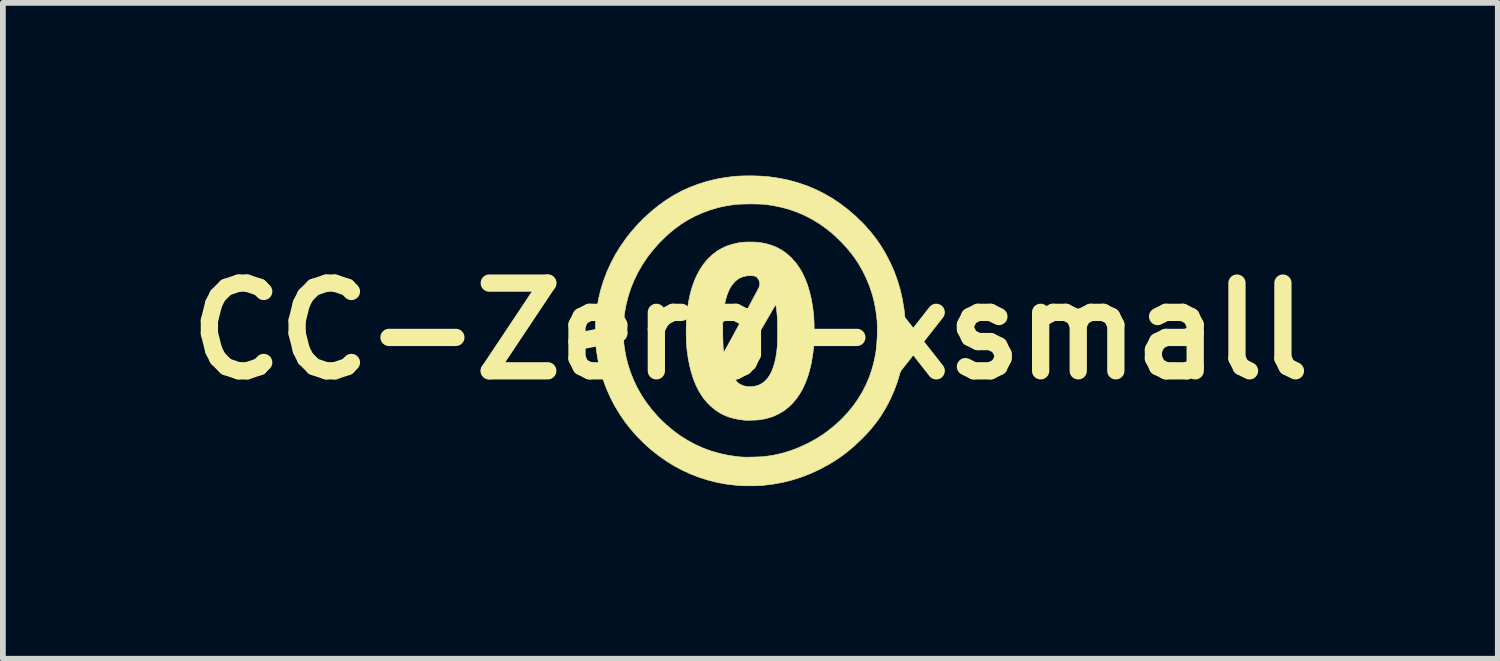
<source format=kicad_pcb>
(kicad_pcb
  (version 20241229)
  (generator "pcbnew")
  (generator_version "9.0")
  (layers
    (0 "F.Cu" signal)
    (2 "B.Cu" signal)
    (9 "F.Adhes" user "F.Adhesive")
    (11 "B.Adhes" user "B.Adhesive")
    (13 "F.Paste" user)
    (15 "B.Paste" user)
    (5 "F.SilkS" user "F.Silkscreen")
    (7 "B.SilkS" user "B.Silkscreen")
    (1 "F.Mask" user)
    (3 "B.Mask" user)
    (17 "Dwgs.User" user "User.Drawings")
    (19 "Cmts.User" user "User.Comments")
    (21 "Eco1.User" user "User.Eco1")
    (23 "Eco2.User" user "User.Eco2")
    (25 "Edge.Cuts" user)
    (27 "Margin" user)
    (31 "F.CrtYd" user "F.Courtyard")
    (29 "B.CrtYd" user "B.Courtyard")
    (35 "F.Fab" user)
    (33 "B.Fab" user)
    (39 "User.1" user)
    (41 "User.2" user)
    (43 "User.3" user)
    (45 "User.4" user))
  (footprint "CC-Zero-xsmall"
    (layer "F.Cu")
    (at 9.986 2.703)
    (property "Reference" "CC-Zero-xsmall" (at 0 0 0) (layer "F.SilkS") (effects (font (size 1.524 1.524) (thickness 0.3))))
    (attr through_hole)
    (fp_poly (pts (xy 0.027 -2.698) (xy 0.115 -2.696) (xy 0.201 -2.692) (xy 0.283 -2.686) (xy 0.341 -2.68) (xy 0.509 -2.655) (xy 0.673 -2.621) (xy 0.831 -2.577) (xy 0.986 -2.524) (xy 1.136 -2.461) (xy 1.281 -2.389) (xy 1.423 -2.307) (xy 1.56 -2.215) (xy 1.693 -2.114) (xy 1.822 -2.003) (xy 1.948 -1.881) (xy 1.979 -1.849) (xy 2.086 -1.729) (xy 2.186 -1.602) (xy 2.277 -1.469) (xy 2.359 -1.33) (xy 2.433 -1.186) (xy 2.499 -1.037) (xy 2.555 -0.883) (xy 2.602 -0.726) (xy 2.639 -0.565) (xy 2.667 -0.401) (xy 2.672 -0.368) (xy 2.683 -0.259) (xy 2.69 -0.145) (xy 2.693 -0.027) (xy 2.692 0.091) (xy 2.686 0.206) (xy 2.677 0.317) (xy 2.667 0.397) (xy 2.638 0.563) (xy 2.601 0.725) (xy 2.554 0.881) (xy 2.498 1.033) (xy 2.433 1.18) (xy 2.36 1.321) (xy 2.279 1.455) (xy 2.256 1.49) (xy 2.202 1.566) (xy 2.146 1.639) (xy 2.088 1.709) (xy 2.025 1.78) (xy 1.955 1.852) (xy 1.912 1.894) (xy 1.804 1.996) (xy 1.696 2.088) (xy 1.586 2.172) (xy 1.472 2.249) (xy 1.353 2.321) (xy 1.226 2.389) (xy 1.201 2.402) (xy 1.045 2.474) (xy 0.888 2.535) (xy 0.729 2.586) (xy 0.567 2.627) (xy 0.402 2.657) (xy 0.234 2.678) (xy 0.177 2.683) (xy 0.152 2.684) (xy 0.119 2.685) (xy 0.081 2.686) (xy 0.04 2.687) (xy -0.003 2.687) (xy -0.045 2.687) (xy -0.085 2.687) (xy -0.119 2.686) (xy -0.147 2.686) (xy -0.161 2.685) (xy -0.175 2.684) (xy -0.196 2.682) (xy -0.222 2.68) (xy -0.25 2.677) (xy -0.251 2.677) (xy -0.41 2.659) (xy -0.567 2.631) (xy -0.723 2.592) (xy -0.878 2.544) (xy -1.029 2.486) (xy -1.177 2.418) (xy -1.321 2.342) (xy -1.452 2.261) (xy -1.591 2.164) (xy -1.724 2.06) (xy -1.848 1.948) (xy -1.966 1.83) (xy -2.075 1.706) (xy -2.177 1.576) (xy -2.27 1.44) (xy -2.355 1.3) (xy -2.43 1.155) (xy -2.497 1.006) (xy -2.554 0.853) (xy -2.602 0.696) (xy -2.64 0.537) (xy -2.656 0.45) (xy -2.665 0.392) (xy -2.673 0.34) (xy -2.679 0.291) (xy -2.683 0.243) (xy -2.687 0.194) (xy -2.689 0.142) (xy -2.69 0.084) (xy -2.691 0.018) (xy -2.691 0) (xy -2.691 -0.038) (xy -2.206 -0.038) (xy -2.206 0.025) (xy -2.204 0.088) (xy -2.202 0.149) (xy -2.198 0.205) (xy -2.193 0.254) (xy -2.191 0.268) (xy -2.166 0.419) (xy -2.13 0.566) (xy -2.084 0.71) (xy -2.029 0.849) (xy -1.964 0.985) (xy -1.89 1.116) (xy -1.806 1.242) (xy -1.712 1.364) (xy -1.609 1.482) (xy -1.574 1.518) (xy -1.461 1.627) (xy -1.343 1.726) (xy -1.22 1.817) (xy -1.092 1.897) (xy -0.96 1.968) (xy -0.824 2.03) (xy -0.683 2.082) (xy -0.538 2.124) (xy -0.389 2.157) (xy -0.236 2.179) (xy -0.151 2.187) (xy -0.129 2.188) (xy -0.099 2.189) (xy -0.062 2.189) (xy -0.02 2.189) (xy 0.025 2.188) (xy 0.071 2.187) (xy 0.116 2.186) (xy 0.159 2.184) (xy 0.197 2.182) (xy 0.229 2.181) (xy 0.252 2.179) (xy 0.257 2.178) (xy 0.399 2.156) (xy 0.535 2.126) (xy 0.667 2.088) (xy 0.797 2.041) (xy 0.927 1.985) (xy 0.957 1.971) (xy 1.072 1.912) (xy 1.18 1.849) (xy 1.282 1.782) (xy 1.352 1.73) (xy 1.474 1.632) (xy 1.586 1.528) (xy 1.689 1.419) (xy 1.784 1.304) (xy 1.868 1.185) (xy 1.944 1.061) (xy 2.01 0.932) (xy 2.067 0.798) (xy 2.114 0.66) (xy 2.152 0.517) (xy 2.177 0.389) (xy 2.187 0.323) (xy 2.194 0.249) (xy 2.2 0.171) (xy 2.205 0.09) (xy 2.207 0.009) (xy 2.207 -0.068) (xy 2.204 -0.14) (xy 2.202 -0.183) (xy 2.184 -0.337) (xy 2.157 -0.488) (xy 2.12 -0.634) (xy 2.073 -0.777) (xy 2.016 -0.916) (xy 1.95 -1.051) (xy 1.874 -1.181) (xy 1.813 -1.273) (xy 1.744 -1.365) (xy 1.667 -1.457) (xy 1.583 -1.547) (xy 1.495 -1.633) (xy 1.404 -1.714) (xy 1.313 -1.786) (xy 1.308 -1.79) (xy 1.187 -1.875) (xy 1.063 -1.949) (xy 0.937 -2.014) (xy 0.807 -2.069) (xy 0.673 -2.116) (xy 0.534 -2.153) (xy 0.39 -2.183) (xy 0.275 -2.2) (xy 0.241 -2.203) (xy 0.199 -2.206) (xy 0.15 -2.208) (xy 0.096 -2.209) (xy 0.039 -2.21) (xy -0.019 -2.21) (xy -0.075 -2.209) (xy -0.13 -2.208) (xy -0.179 -2.206) (xy -0.223 -2.204) (xy -0.258 -2.201) (xy -0.265 -2.2) (xy -0.336 -2.19) (xy -0.405 -2.179) (xy -0.468 -2.167) (xy -0.523 -2.155) (xy -0.566 -2.145) (xy -0.706 -2.103) (xy -0.837 -2.054) (xy -0.963 -1.998) (xy -1.083 -1.934) (xy -1.198 -1.862) (xy -1.311 -1.78) (xy -1.421 -1.689) (xy -1.478 -1.636) (xy -1.591 -1.524) (xy -1.694 -1.407) (xy -1.789 -1.285) (xy -1.874 -1.158) (xy -1.95 -1.026) (xy -2.017 -0.891) (xy -2.074 -0.752) (xy -2.121 -0.609) (xy -2.158 -0.463) (xy -2.186 -0.314) (xy -2.199 -0.201) (xy -2.203 -0.153) (xy -2.205 -0.098) (xy -2.206 -0.038) (xy -2.691 -0.038) (xy -2.691 -0.061) (xy -2.69 -0.113) (xy -2.689 -0.158) (xy -2.687 -0.2) (xy -2.684 -0.239) (xy -2.681 -0.278) (xy -2.676 -0.319) (xy -2.67 -0.365) (xy -2.666 -0.392) (xy -2.638 -0.555) (xy -2.6 -0.715) (xy -2.551 -0.872) (xy -2.493 -1.027) (xy -2.425 -1.177) (xy -2.348 -1.324) (xy -2.261 -1.466) (xy -2.165 -1.604) (xy -2.06 -1.737) (xy -1.946 -1.865) (xy -1.852 -1.96) (xy -1.727 -2.074) (xy -1.599 -2.179) (xy -1.468 -2.273) (xy -1.334 -2.358) (xy -1.195 -2.433) (xy -1.052 -2.498) (xy -0.905 -2.554) (xy -0.753 -2.601) (xy -0.595 -2.64) (xy -0.432 -2.669) (xy -0.299 -2.686) (xy -0.227 -2.692) (xy -0.147 -2.696) (xy -0.061 -2.698) (xy 0.027 -2.698)) (stroke (width 0.01) (type solid)) (fill yes) (layer "F.SilkS"))
    (fp_poly (pts (xy 0.071 -1.547) (xy 0.121 -1.544) (xy 0.165 -1.539) (xy 0.177 -1.538) (xy 0.278 -1.518) (xy 0.373 -1.49) (xy 0.461 -1.454) (xy 0.543 -1.409) (xy 0.62 -1.356) (xy 0.693 -1.293) (xy 0.721 -1.265) (xy 0.787 -1.19) (xy 0.847 -1.107) (xy 0.901 -1.017) (xy 0.948 -0.919) (xy 0.99 -0.813) (xy 1.025 -0.698) (xy 1.055 -0.576) (xy 1.079 -0.445) (xy 1.097 -0.305) (xy 1.102 -0.254) (xy 1.103 -0.227) (xy 1.105 -0.191) (xy 1.107 -0.149) (xy 1.108 -0.102) (xy 1.108 -0.052) (xy 1.108 -0.000419) (xy 1.108 0) (xy 1.108 0.07) (xy 1.107 0.131) (xy 1.105 0.186) (xy 1.102 0.237) (xy 1.098 0.287) (xy 1.093 0.337) (xy 1.087 0.389) (xy 1.084 0.407) (xy 1.062 0.541) (xy 1.033 0.667) (xy 0.999 0.785) (xy 0.958 0.895) (xy 0.911 0.997) (xy 0.858 1.091) (xy 0.799 1.176) (xy 0.734 1.253) (xy 0.663 1.321) (xy 0.587 1.381) (xy 0.505 1.431) (xy 0.417 1.473) (xy 0.404 1.479) (xy 0.356 1.495) (xy 0.302 1.511) (xy 0.245 1.525) (xy 0.189 1.536) (xy 0.18 1.537) (xy 0.157 1.54) (xy 0.127 1.542) (xy 0.092 1.545) (xy 0.053 1.546) (xy 0.014 1.548) (xy -0.024 1.549) (xy -0.058 1.549) (xy -0.085 1.548) (xy -0.103 1.547) (xy -0.206 1.533) (xy -0.302 1.513) (xy -0.39 1.486) (xy -0.472 1.452) (xy -0.548 1.41) (xy -0.619 1.361) (xy -0.687 1.304) (xy -0.725 1.267) (xy -0.755 1.235) (xy -0.78 1.207) (xy -0.802 1.18) (xy -0.824 1.151) (xy -0.845 1.119) (xy -0.899 1.031) (xy -0.947 0.935) (xy -0.989 0.83) (xy -1.001 0.793) (xy -0.264 0.793) (xy -0.262 0.825) (xy -0.257 0.844) (xy -0.242 0.87) (xy -0.217 0.896) (xy -0.184 0.919) (xy -0.145 0.939) (xy -0.117 0.95) (xy -0.096 0.955) (xy -0.069 0.96) (xy -0.041 0.963) (xy -0.015 0.965) (xy 0.004 0.965) (xy 0.005 0.965) (xy 0.018 0.964) (xy 0.036 0.962) (xy 0.051 0.961) (xy 0.097 0.953) (xy 0.144 0.938) (xy 0.189 0.916) (xy 0.209 0.904) (xy 0.256 0.867) (xy 0.299 0.82) (xy 0.337 0.765) (xy 0.371 0.7) (xy 0.399 0.626) (xy 0.424 0.543) (xy 0.444 0.451) (xy 0.447 0.431) (xy 0.454 0.391) (xy 0.459 0.352) (xy 0.463 0.314) (xy 0.467 0.274) (xy 0.47 0.232) (xy 0.471 0.186) (xy 0.473 0.134) (xy 0.473 0.075) (xy 0.474 0.006) (xy 0.474 -0.003) (xy 0.473 -0.074) (xy 0.472 -0.137) (xy 0.471 -0.192) (xy 0.469 -0.242) (xy 0.465 -0.287) (xy 0.461 -0.329) (xy 0.456 -0.37) (xy 0.45 -0.411) (xy 0.448 -0.424) (xy 0.445 -0.444) (xy 0.442 -0.454) (xy 0.439 -0.458) (xy 0.436 -0.455) (xy 0.433 -0.45) (xy 0.428 -0.442) (xy 0.419 -0.426) (xy 0.405 -0.402) (xy 0.386 -0.371) (xy 0.365 -0.333) (xy 0.34 -0.29) (xy 0.312 -0.242) (xy 0.281 -0.189) (xy 0.249 -0.133) (xy 0.214 -0.074) (xy 0.179 -0.012) (xy 0.142 0.051) (xy 0.105 0.115) (xy 0.068 0.179) (xy 0.031 0.243) (xy -0.005 0.305) (xy -0.04 0.366) (xy -0.074 0.425) (xy -0.106 0.48) (xy -0.135 0.531) (xy -0.162 0.578) (xy -0.186 0.62) (xy -0.207 0.656) (xy -0.223 0.685) (xy -0.236 0.707) (xy -0.244 0.721) (xy -0.246 0.725) (xy -0.259 0.758) (xy -0.264 0.793) (xy -1.001 0.793) (xy -1.025 0.716) (xy -1.056 0.594) (xy -1.081 0.464) (xy -1.1 0.327) (xy -1.107 0.254) (xy -1.109 0.221) (xy -1.111 0.18) (xy -1.112 0.132) (xy -1.113 0.079) (xy -1.114 0.024) (xy -1.114 -0.02) (xy -0.479 -0.02) (xy -0.479 0.034) (xy -0.478 0.087) (xy -0.477 0.138) (xy -0.476 0.188) (xy -0.474 0.233) (xy -0.472 0.273) (xy -0.47 0.308) (xy -0.467 0.335) (xy -0.464 0.353) (xy -0.462 0.362) (xy -0.461 0.363) (xy -0.461 0.363) (xy -0.46 0.363) (xy -0.458 0.362) (xy -0.456 0.359) (xy -0.452 0.353) (xy -0.447 0.345) (xy -0.441 0.334) (xy -0.432 0.318) (xy -0.421 0.299) (xy -0.408 0.275) (xy -0.392 0.246) (xy -0.373 0.212) (xy -0.351 0.171) (xy -0.325 0.124) (xy -0.296 0.07) (xy -0.262 0.008) (xy -0.224 -0.062) (xy -0.182 -0.14) (xy -0.147 -0.204) (xy -0.109 -0.274) (xy -0.072 -0.343) (xy -0.036 -0.408) (xy -0.003 -0.47) (xy 0.029 -0.529) (xy 0.057 -0.582) (xy 0.083 -0.63) (xy 0.105 -0.672) (xy 0.124 -0.708) (xy 0.138 -0.736) (xy 0.149 -0.757) (xy 0.155 -0.769) (xy 0.156 -0.772) (xy 0.163 -0.811) (xy 0.161 -0.85) (xy 0.148 -0.888) (xy 0.126 -0.923) (xy 0.119 -0.931) (xy 0.104 -0.944) (xy 0.087 -0.953) (xy 0.065 -0.959) (xy 0.037 -0.962) (xy 0.000171 -0.964) (xy -0.006 -0.964) (xy -0.071 -0.959) (xy -0.131 -0.945) (xy -0.187 -0.921) (xy -0.237 -0.888) (xy -0.283 -0.845) (xy -0.324 -0.793) (xy -0.361 -0.732) (xy -0.379 -0.693) (xy -0.403 -0.633) (xy -0.423 -0.568) (xy -0.44 -0.497) (xy -0.455 -0.419) (xy -0.466 -0.331) (xy -0.472 -0.28) (xy -0.474 -0.25) (xy -0.476 -0.213) (xy -0.478 -0.17) (xy -0.479 -0.123) (xy -0.479 -0.072) (xy -0.479 -0.02) (xy -1.114 -0.02) (xy -1.114 -0.032) (xy -1.113 -0.088) (xy -1.112 -0.14) (xy -1.111 -0.187) (xy -1.109 -0.227) (xy -1.107 -0.254) (xy -1.091 -0.397) (xy -1.069 -0.531) (xy -1.042 -0.657) (xy -1.008 -0.774) (xy -0.969 -0.883) (xy -0.923 -0.983) (xy -0.872 -1.076) (xy -0.814 -1.162) (xy -0.751 -1.239) (xy -0.727 -1.265) (xy -0.656 -1.331) (xy -0.581 -1.388) (xy -0.501 -1.436) (xy -0.415 -1.476) (xy -0.323 -1.507) (xy -0.225 -1.53) (xy -0.183 -1.538) (xy -0.141 -1.543) (xy -0.093 -1.546) (xy -0.039 -1.548) (xy 0.016 -1.548) (xy 0.071 -1.547)) (stroke (width 0.01) (type solid)) (fill yes) (layer "F.SilkS")))
  (gr_rect
    (start -3 -3)
    (end 22.972 8.395)
    (stroke (width 0.1) (type default))
    (fill no)
    (layer "Edge.Cuts")))
</source>
